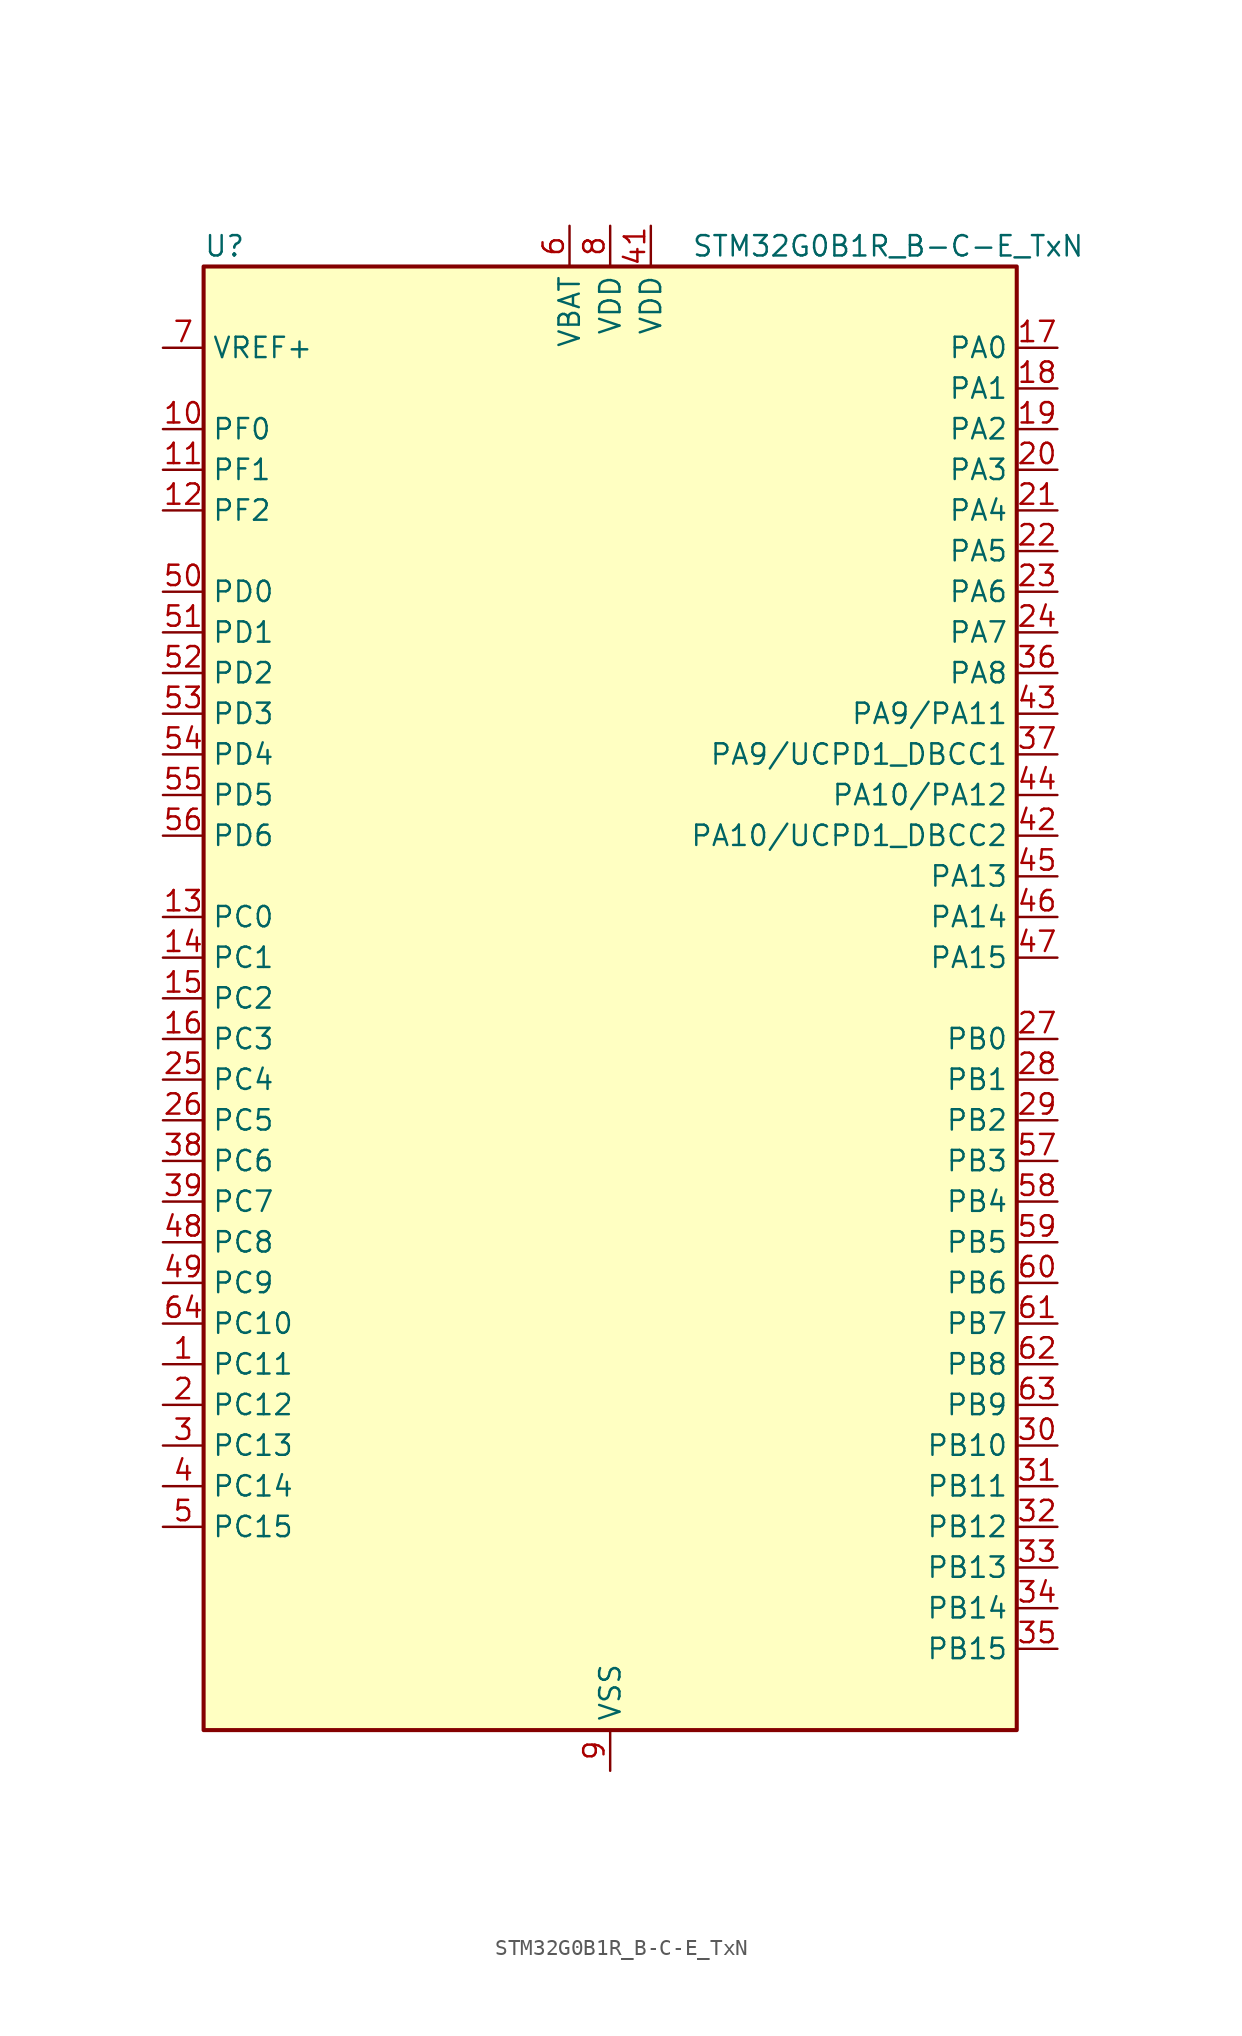
<source format=kicad_sym>
(kicad_symbol_lib
  (version 20231120)
  (generator "kicad-library-utils")
  (generator_version "8.0")
  (symbol "STM32G0B1R_B-C-E_TxN"
    (property "Reference" "U"
      (at -25.4 46.99 0)
      (effects (font (size 1.27 1.27)) (justify left)))
    (property "Value" "STM32G0B1R_B-C-E_TxN"
      (at 5.08 46.99 0)
      (effects (font (size 1.27 1.27)) (justify left)))
    (symbol "STM32G0B1R_B-C-E_TxN_0_1"
      (rectangle (start -25.4 -45.72) (end 25.4 45.72) (stroke (width 0.254) (type default)) (fill (type background))))
    (symbol "STM32G0B1R_B-C-E_TxN_1_1"
      (pin bidirectional line (at -27.94 -22.86 0) (length 2.54) (name "PC11" (effects (font (size 1.27 1.27)))) (number "1" (effects (font (size 1.27 1.27)))) (alternate "ADC1_EXTI11" bidirectional line) (alternate "SPI3_MISO" bidirectional line) (alternate "TIM1_CH4" bidirectional line) (alternate "USART3_RX" bidirectional line) (alternate "USART4_RX" bidirectional line))
      (pin bidirectional line (at -27.94 35.56 0) (length 2.54) (name "PF0" (effects (font (size 1.27 1.27)))) (number "10" (effects (font (size 1.27 1.27)))) (alternate "CRS1_SYNC" bidirectional line) (alternate "RCC_OSC_IN" bidirectional line) (alternate "TIM14_CH1" bidirectional line))
      (pin bidirectional line (at -27.94 33.02 0) (length 2.54) (name "PF1" (effects (font (size 1.27 1.27)))) (number "11" (effects (font (size 1.27 1.27)))) (alternate "RCC_OSC_EN" bidirectional line) (alternate "RCC_OSC_OUT" bidirectional line) (alternate "TIM15_CH1N" bidirectional line))
      (pin bidirectional line (at -27.94 30.48 0) (length 2.54) (name "PF2" (effects (font (size 1.27 1.27)))) (number "12" (effects (font (size 1.27 1.27)))) (alternate "LPUART2_DE" bidirectional line) (alternate "LPUART2_RTS" bidirectional line) (alternate "LPUART2_TX" bidirectional line) (alternate "RCC_MCO" bidirectional line))
      (pin bidirectional line (at -27.94 5.08 0) (length 2.54) (name "PC0" (effects (font (size 1.27 1.27)))) (number "13" (effects (font (size 1.27 1.27)))) (alternate "COMP3_INM" bidirectional line) (alternate "COMP3_OUT" bidirectional line) (alternate "I2C3_SCL" bidirectional line) (alternate "LPTIM1_IN1" bidirectional line) (alternate "LPTIM2_IN1" bidirectional line) (alternate "LPUART1_RX" bidirectional line) (alternate "LPUART2_TX" bidirectional line) (alternate "USART6_TX" bidirectional line))
      (pin bidirectional line (at -27.94 2.54 0) (length 2.54) (name "PC1" (effects (font (size 1.27 1.27)))) (number "14" (effects (font (size 1.27 1.27)))) (alternate "COMP3_INP" bidirectional line) (alternate "I2C3_SDA" bidirectional line) (alternate "LPTIM1_OUT" bidirectional line) (alternate "LPUART1_TX" bidirectional line) (alternate "LPUART2_RX" bidirectional line) (alternate "TIM15_CH1" bidirectional line) (alternate "USART6_RX" bidirectional line))
      (pin bidirectional line (at -27.94 0 0) (length 2.54) (name "PC2" (effects (font (size 1.27 1.27)))) (number "15" (effects (font (size 1.27 1.27)))) (alternate "COMP3_OUT" bidirectional line) (alternate "FDCAN2_RX" bidirectional line) (alternate "I2S2_MCK" bidirectional line) (alternate "LPTIM1_IN2" bidirectional line) (alternate "SPI2_MISO" bidirectional line) (alternate "TIM15_CH2" bidirectional line))
      (pin bidirectional line (at -27.94 -2.54 0) (length 2.54) (name "PC3" (effects (font (size 1.27 1.27)))) (number "16" (effects (font (size 1.27 1.27)))) (alternate "FDCAN2_TX" bidirectional line) (alternate "I2S2_SD" bidirectional line) (alternate "LPTIM1_ETR" bidirectional line) (alternate "LPTIM2_ETR" bidirectional line) (alternate "SPI2_MOSI" bidirectional line))
      (pin bidirectional line (at 27.94 40.64 180) (length 2.54) (name "PA0" (effects (font (size 1.27 1.27)))) (number "17" (effects (font (size 1.27 1.27)))) (alternate "ADC1_IN0" bidirectional line) (alternate "COMP1_INM" bidirectional line) (alternate "COMP1_OUT" bidirectional line) (alternate "I2S2_CK" bidirectional line) (alternate "LPTIM1_OUT" bidirectional line) (alternate "RTC_TAMP_IN2" bidirectional line) (alternate "SPI2_SCK" bidirectional line) (alternate "SYS_WKUP1" bidirectional line) (alternate "TIM2_CH1" bidirectional line) (alternate "TIM2_ETR" bidirectional line) (alternate "UCPD2_FRSTX1" bidirectional line) (alternate "UCPD2_FRSTX2" bidirectional line) (alternate "USART2_CTS" bidirectional line) (alternate "USART2_NSS" bidirectional line) (alternate "USART4_TX" bidirectional line))
      (pin bidirectional line (at 27.94 38.1 180) (length 2.54) (name "PA1" (effects (font (size 1.27 1.27)))) (number "18" (effects (font (size 1.27 1.27)))) (alternate "ADC1_IN1" bidirectional line) (alternate "COMP1_INP" bidirectional line) (alternate "I2C1_SMBA" bidirectional line) (alternate "I2S1_CK" bidirectional line) (alternate "SPI1_SCK" bidirectional line) (alternate "TIM15_CH1N" bidirectional line) (alternate "TIM2_CH2" bidirectional line) (alternate "USART2_CK" bidirectional line) (alternate "USART2_DE" bidirectional line) (alternate "USART2_RTS" bidirectional line) (alternate "USART4_RX" bidirectional line))
      (pin bidirectional line (at 27.94 35.56 180) (length 2.54) (name "PA2" (effects (font (size 1.27 1.27)))) (number "19" (effects (font (size 1.27 1.27)))) (alternate "ADC1_IN2" bidirectional line) (alternate "COMP2_INM" bidirectional line) (alternate "COMP2_OUT" bidirectional line) (alternate "I2S1_SD" bidirectional line) (alternate "LPUART1_TX" bidirectional line) (alternate "RCC_LSCO" bidirectional line) (alternate "SPI1_MOSI" bidirectional line) (alternate "SYS_WKUP4" bidirectional line) (alternate "TIM15_CH1" bidirectional line) (alternate "TIM2_CH3" bidirectional line) (alternate "UCPD1_FRSTX1" bidirectional line) (alternate "UCPD1_FRSTX2" bidirectional line) (alternate "USART2_TX" bidirectional line))
      (pin bidirectional line (at -27.94 -25.4 0) (length 2.54) (name "PC12" (effects (font (size 1.27 1.27)))) (number "2" (effects (font (size 1.27 1.27)))) (alternate "LPTIM1_IN1" bidirectional line) (alternate "SPI3_MOSI" bidirectional line) (alternate "TIM14_CH1" bidirectional line) (alternate "UCPD1_FRSTX1" bidirectional line) (alternate "UCPD1_FRSTX2" bidirectional line) (alternate "USART5_TX" bidirectional line))
      (pin bidirectional line (at 27.94 33.02 180) (length 2.54) (name "PA3" (effects (font (size 1.27 1.27)))) (number "20" (effects (font (size 1.27 1.27)))) (alternate "ADC1_IN3" bidirectional line) (alternate "COMP2_INP" bidirectional line) (alternate "I2S2_MCK" bidirectional line) (alternate "LPUART1_RX" bidirectional line) (alternate "SPI2_MISO" bidirectional line) (alternate "TIM15_CH2" bidirectional line) (alternate "TIM2_CH4" bidirectional line) (alternate "UCPD2_FRSTX1" bidirectional line) (alternate "UCPD2_FRSTX2" bidirectional line) (alternate "USART2_RX" bidirectional line))
      (pin bidirectional line (at 27.94 30.48 180) (length 2.54) (name "PA4" (effects (font (size 1.27 1.27)))) (number "21" (effects (font (size 1.27 1.27)))) (alternate "ADC1_IN4" bidirectional line) (alternate "DAC1_OUT1" bidirectional line) (alternate "I2S1_WS" bidirectional line) (alternate "I2S2_SD" bidirectional line) (alternate "LPTIM2_OUT" bidirectional line) (alternate "RTC_OUT2" bidirectional line) (alternate "SPI1_NSS" bidirectional line) (alternate "SPI2_MOSI" bidirectional line) (alternate "SPI3_NSS" bidirectional line) (alternate "TIM14_CH1" bidirectional line) (alternate "UCPD2_FRSTX1" bidirectional line) (alternate "UCPD2_FRSTX2" bidirectional line) (alternate "USART6_TX" bidirectional line) (alternate "USB_NOE" bidirectional line))
      (pin bidirectional line (at 27.94 27.94 180) (length 2.54) (name "PA5" (effects (font (size 1.27 1.27)))) (number "22" (effects (font (size 1.27 1.27)))) (alternate "ADC1_IN5" bidirectional line) (alternate "CEC" bidirectional line) (alternate "DAC1_OUT2" bidirectional line) (alternate "I2S1_CK" bidirectional line) (alternate "LPTIM2_ETR" bidirectional line) (alternate "SPI1_SCK" bidirectional line) (alternate "TIM2_CH1" bidirectional line) (alternate "TIM2_ETR" bidirectional line) (alternate "UCPD1_FRSTX1" bidirectional line) (alternate "UCPD1_FRSTX2" bidirectional line) (alternate "USART3_TX" bidirectional line) (alternate "USART6_RX" bidirectional line))
      (pin bidirectional line (at 27.94 25.4 180) (length 2.54) (name "PA6" (effects (font (size 1.27 1.27)))) (number "23" (effects (font (size 1.27 1.27)))) (alternate "ADC1_IN6" bidirectional line) (alternate "COMP1_OUT" bidirectional line) (alternate "I2C2_SDA" bidirectional line) (alternate "I2C3_SDA" bidirectional line) (alternate "I2S1_MCK" bidirectional line) (alternate "LPUART1_CTS" bidirectional line) (alternate "SPI1_MISO" bidirectional line) (alternate "TIM16_CH1" bidirectional line) (alternate "TIM1_BK" bidirectional line) (alternate "TIM3_CH1" bidirectional line) (alternate "USART3_CTS" bidirectional line) (alternate "USART3_NSS" bidirectional line) (alternate "USART6_CTS" bidirectional line) (alternate "USART6_NSS" bidirectional line))
      (pin bidirectional line (at 27.94 22.86 180) (length 2.54) (name "PA7" (effects (font (size 1.27 1.27)))) (number "24" (effects (font (size 1.27 1.27)))) (alternate "ADC1_IN7" bidirectional line) (alternate "COMP2_OUT" bidirectional line) (alternate "I2C2_SCL" bidirectional line) (alternate "I2C3_SCL" bidirectional line) (alternate "I2S1_SD" bidirectional line) (alternate "SPI1_MOSI" bidirectional line) (alternate "TIM14_CH1" bidirectional line) (alternate "TIM17_CH1" bidirectional line) (alternate "TIM1_CH1N" bidirectional line) (alternate "TIM3_CH2" bidirectional line) (alternate "UCPD1_FRSTX1" bidirectional line) (alternate "UCPD1_FRSTX2" bidirectional line) (alternate "USART6_CK" bidirectional line) (alternate "USART6_DE" bidirectional line) (alternate "USART6_RTS" bidirectional line))
      (pin bidirectional line (at -27.94 -5.08 0) (length 2.54) (name "PC4" (effects (font (size 1.27 1.27)))) (number "25" (effects (font (size 1.27 1.27)))) (alternate "ADC1_IN17" bidirectional line) (alternate "COMP1_INM" bidirectional line) (alternate "FDCAN1_RX" bidirectional line) (alternate "TIM2_CH1" bidirectional line) (alternate "TIM2_ETR" bidirectional line) (alternate "USART1_TX" bidirectional line) (alternate "USART3_TX" bidirectional line))
      (pin bidirectional line (at -27.94 -7.62 0) (length 2.54) (name "PC5" (effects (font (size 1.27 1.27)))) (number "26" (effects (font (size 1.27 1.27)))) (alternate "ADC1_IN18" bidirectional line) (alternate "COMP1_INP" bidirectional line) (alternate "FDCAN1_TX" bidirectional line) (alternate "SYS_WKUP5" bidirectional line) (alternate "TIM2_CH2" bidirectional line) (alternate "USART1_RX" bidirectional line) (alternate "USART3_RX" bidirectional line))
      (pin bidirectional line (at 27.94 -2.54 180) (length 2.54) (name "PB0" (effects (font (size 1.27 1.27)))) (number "27" (effects (font (size 1.27 1.27)))) (alternate "ADC1_IN8" bidirectional line) (alternate "COMP1_OUT" bidirectional line) (alternate "COMP3_INP" bidirectional line) (alternate "FDCAN2_RX" bidirectional line) (alternate "I2S1_WS" bidirectional line) (alternate "LPTIM1_OUT" bidirectional line) (alternate "LPUART2_CTS" bidirectional line) (alternate "SPI1_NSS" bidirectional line) (alternate "TIM1_CH2N" bidirectional line) (alternate "TIM3_CH3" bidirectional line) (alternate "UCPD1_FRSTX1" bidirectional line) (alternate "UCPD1_FRSTX2" bidirectional line) (alternate "USART3_RX" bidirectional line) (alternate "USART5_TX" bidirectional line))
      (pin bidirectional line (at 27.94 -5.08 180) (length 2.54) (name "PB1" (effects (font (size 1.27 1.27)))) (number "28" (effects (font (size 1.27 1.27)))) (alternate "ADC1_IN9" bidirectional line) (alternate "COMP1_INM" bidirectional line) (alternate "COMP3_OUT" bidirectional line) (alternate "FDCAN2_TX" bidirectional line) (alternate "LPTIM2_IN1" bidirectional line) (alternate "LPUART1_DE" bidirectional line) (alternate "LPUART1_RTS" bidirectional line) (alternate "LPUART2_DE" bidirectional line) (alternate "LPUART2_RTS" bidirectional line) (alternate "TIM14_CH1" bidirectional line) (alternate "TIM1_CH3N" bidirectional line) (alternate "TIM3_CH4" bidirectional line) (alternate "USART3_CK" bidirectional line) (alternate "USART3_DE" bidirectional line) (alternate "USART3_RTS" bidirectional line) (alternate "USART5_RX" bidirectional line))
      (pin bidirectional line (at 27.94 -7.62 180) (length 2.54) (name "PB2" (effects (font (size 1.27 1.27)))) (number "29" (effects (font (size 1.27 1.27)))) (alternate "ADC1_IN10" bidirectional line) (alternate "COMP1_INP" bidirectional line) (alternate "COMP3_INM" bidirectional line) (alternate "I2S2_MCK" bidirectional line) (alternate "LPTIM1_OUT" bidirectional line) (alternate "RCC_MCO_2" bidirectional line) (alternate "SPI2_MISO" bidirectional line) (alternate "USART3_TX" bidirectional line))
      (pin bidirectional line (at -27.94 -27.94 0) (length 2.54) (name "PC13" (effects (font (size 1.27 1.27)))) (number "3" (effects (font (size 1.27 1.27)))) (alternate "RTC_OUT1" bidirectional line) (alternate "RTC_TAMP_IN1" bidirectional line) (alternate "RTC_TS" bidirectional line) (alternate "SYS_WKUP2" bidirectional line) (alternate "TIM1_BK" bidirectional line))
      (pin bidirectional line (at 27.94 -27.94 180) (length 2.54) (name "PB10" (effects (font (size 1.27 1.27)))) (number "30" (effects (font (size 1.27 1.27)))) (alternate "ADC1_IN11" bidirectional line) (alternate "CEC" bidirectional line) (alternate "COMP1_OUT" bidirectional line) (alternate "I2C2_SCL" bidirectional line) (alternate "I2S2_CK" bidirectional line) (alternate "LPUART1_RX" bidirectional line) (alternate "SPI2_SCK" bidirectional line) (alternate "TIM2_CH3" bidirectional line) (alternate "USART3_TX" bidirectional line))
      (pin bidirectional line (at 27.94 -30.48 180) (length 2.54) (name "PB11" (effects (font (size 1.27 1.27)))) (number "31" (effects (font (size 1.27 1.27)))) (alternate "ADC1_EXTI11" bidirectional line) (alternate "ADC1_IN15" bidirectional line) (alternate "COMP2_OUT" bidirectional line) (alternate "I2C2_SDA" bidirectional line) (alternate "I2S2_SD" bidirectional line) (alternate "LPUART1_TX" bidirectional line) (alternate "SPI2_MOSI" bidirectional line) (alternate "TIM2_CH4" bidirectional line) (alternate "USART3_RX" bidirectional line))
      (pin bidirectional line (at 27.94 -33.02 180) (length 2.54) (name "PB12" (effects (font (size 1.27 1.27)))) (number "32" (effects (font (size 1.27 1.27)))) (alternate "ADC1_IN16" bidirectional line) (alternate "FDCAN2_RX" bidirectional line) (alternate "I2C2_SMBA" bidirectional line) (alternate "I2S2_WS" bidirectional line) (alternate "LPUART1_DE" bidirectional line) (alternate "LPUART1_RTS" bidirectional line) (alternate "SPI2_NSS" bidirectional line) (alternate "TIM15_BK" bidirectional line) (alternate "TIM1_BK" bidirectional line) (alternate "UCPD2_FRSTX1" bidirectional line) (alternate "UCPD2_FRSTX2" bidirectional line))
      (pin bidirectional line (at 27.94 -35.56 180) (length 2.54) (name "PB13" (effects (font (size 1.27 1.27)))) (number "33" (effects (font (size 1.27 1.27)))) (alternate "FDCAN2_TX" bidirectional line) (alternate "I2C2_SCL" bidirectional line) (alternate "I2S2_CK" bidirectional line) (alternate "LPUART1_CTS" bidirectional line) (alternate "SPI2_SCK" bidirectional line) (alternate "TIM15_CH1N" bidirectional line) (alternate "TIM1_CH1N" bidirectional line) (alternate "USART3_CTS" bidirectional line) (alternate "USART3_NSS" bidirectional line))
      (pin bidirectional line (at 27.94 -38.1 180) (length 2.54) (name "PB14" (effects (font (size 1.27 1.27)))) (number "34" (effects (font (size 1.27 1.27)))) (alternate "I2C2_SDA" bidirectional line) (alternate "I2S2_MCK" bidirectional line) (alternate "SPI2_MISO" bidirectional line) (alternate "TIM15_CH1" bidirectional line) (alternate "TIM1_CH2N" bidirectional line) (alternate "UCPD1_FRSTX1" bidirectional line) (alternate "UCPD1_FRSTX2" bidirectional line) (alternate "USART3_CK" bidirectional line) (alternate "USART3_DE" bidirectional line) (alternate "USART3_RTS" bidirectional line) (alternate "USART6_CK" bidirectional line) (alternate "USART6_DE" bidirectional line) (alternate "USART6_RTS" bidirectional line))
      (pin bidirectional line (at 27.94 -40.64 180) (length 2.54) (name "PB15" (effects (font (size 1.27 1.27)))) (number "35" (effects (font (size 1.27 1.27)))) (alternate "I2S2_SD" bidirectional line) (alternate "RTC_REFIN" bidirectional line) (alternate "SPI2_MOSI" bidirectional line) (alternate "TIM15_CH1N" bidirectional line) (alternate "TIM15_CH2" bidirectional line) (alternate "TIM1_CH3N" bidirectional line) (alternate "UCPD1_CC2" bidirectional line) (alternate "USART6_CTS" bidirectional line) (alternate "USART6_NSS" bidirectional line))
      (pin bidirectional line (at 27.94 20.32 180) (length 2.54) (name "PA8" (effects (font (size 1.27 1.27)))) (number "36" (effects (font (size 1.27 1.27)))) (alternate "CRS1_SYNC" bidirectional line) (alternate "I2C2_SMBA" bidirectional line) (alternate "I2S2_WS" bidirectional line) (alternate "LPTIM2_OUT" bidirectional line) (alternate "RCC_MCO" bidirectional line) (alternate "SPI2_NSS" bidirectional line) (alternate "TIM1_CH1" bidirectional line) (alternate "UCPD1_CC1" bidirectional line))
      (pin bidirectional line (at 27.94 15.24 180) (length 2.54) (name "PA9/UCPD1_DBCC1" (effects (font (size 1.27 1.27)))) (number "37" (effects (font (size 1.27 1.27)))) (alternate "PA9" bidirectional line) (alternate "DAC1_EXTI9 (PA9)" bidirectional line) (alternate "I2C1_SCL (PA9)" bidirectional line) (alternate "I2C2_SCL (PA9)" bidirectional line) (alternate "I2S2_MCK (PA9)" bidirectional line) (alternate "RCC_MCO (PA9)" bidirectional line) (alternate "SPI2_MISO (PA9)" bidirectional line) (alternate "TIM15_BK (PA9)" bidirectional line) (alternate "TIM1_CH2 (PA9)" bidirectional line) (alternate "UCPD1_DBCC1 (PA9)" bidirectional line) (alternate "USART1_TX (PA9)" bidirectional line) (alternate "UCPD1_DBCC1" bidirectional line) (alternate "UCPD1_DBCC1 (UCPD1_DBCC1)" bidirectional line))
      (pin bidirectional line (at -27.94 -10.16 0) (length 2.54) (name "PC6" (effects (font (size 1.27 1.27)))) (number "38" (effects (font (size 1.27 1.27)))) (alternate "LPUART2_TX" bidirectional line) (alternate "TIM2_CH3" bidirectional line) (alternate "TIM3_CH1" bidirectional line) (alternate "UCPD1_FRSTX1" bidirectional line) (alternate "UCPD1_FRSTX2" bidirectional line))
      (pin bidirectional line (at -27.94 -12.7 0) (length 2.54) (name "PC7" (effects (font (size 1.27 1.27)))) (number "39" (effects (font (size 1.27 1.27)))) (alternate "LPUART2_RX" bidirectional line) (alternate "TIM2_CH4" bidirectional line) (alternate "TIM3_CH2" bidirectional line) (alternate "UCPD2_FRSTX1" bidirectional line) (alternate "UCPD2_FRSTX2" bidirectional line))
      (pin bidirectional line (at -27.94 -30.48 0) (length 2.54) (name "PC14" (effects (font (size 1.27 1.27)))) (number "4" (effects (font (size 1.27 1.27)))) (alternate "RCC_OSC32_IN" bidirectional line) (alternate "TIM1_BK2" bidirectional line))
      (pin passive line (at 0 -48.26 90) (length 2.54) hide (name "VSS" (effects (font (size 1.27 1.27)))) (number "40" (effects (font (size 1.27 1.27)))))
      (pin power_in line (at 2.54 48.26 270) (length 2.54) (name "VDD" (effects (font (size 1.27 1.27)))) (number "41" (effects (font (size 1.27 1.27)))))
      (pin bidirectional line (at 27.94 10.16 180) (length 2.54) (name "PA10/UCPD1_DBCC2" (effects (font (size 1.27 1.27)))) (number "42" (effects (font (size 1.27 1.27)))) (alternate "PA10" bidirectional line) (alternate "I2C1_SDA (PA10)" bidirectional line) (alternate "I2C2_SDA (PA10)" bidirectional line) (alternate "I2S2_SD (PA10)" bidirectional line) (alternate "RCC_MCO_2 (PA10)" bidirectional line) (alternate "SPI2_MOSI (PA10)" bidirectional line) (alternate "TIM17_BK (PA10)" bidirectional line) (alternate "TIM1_CH3 (PA10)" bidirectional line) (alternate "UCPD1_DBCC2 (PA10)" bidirectional line) (alternate "USART1_RX (PA10)" bidirectional line) (alternate "UCPD1_DBCC2" bidirectional line) (alternate "UCPD1_DBCC2 (UCPD1_DBCC2)" bidirectional line))
      (pin bidirectional line (at 27.94 17.78 180) (length 2.54) (name "PA9/PA11" (effects (font (size 1.27 1.27)))) (number "43" (effects (font (size 1.27 1.27)))) (alternate "PA9" bidirectional line) (alternate "DAC1_EXTI9 (PA9)" bidirectional line) (alternate "I2C1_SCL (PA9)" bidirectional line) (alternate "I2C2_SCL (PA9)" bidirectional line) (alternate "I2S2_MCK (PA9)" bidirectional line) (alternate "RCC_MCO (PA9)" bidirectional line) (alternate "SPI2_MISO (PA9)" bidirectional line) (alternate "TIM15_BK (PA9)" bidirectional line) (alternate "TIM1_CH2 (PA9)" bidirectional line) (alternate "UCPD1_DBCC1 (PA9)" bidirectional line) (alternate "USART1_TX (PA9)" bidirectional line) (alternate "PA11" bidirectional line) (alternate "ADC1_EXTI11 (PA11)" bidirectional line) (alternate "COMP1_OUT (PA11)" bidirectional line) (alternate "FDCAN1_RX (PA11)" bidirectional line) (alternate "I2C2_SCL (PA11)" bidirectional line) (alternate "I2S1_MCK (PA11)" bidirectional line) (alternate "SPI1_MISO (PA11)" bidirectional line) (alternate "TIM1_BK2 (PA11)" bidirectional line) (alternate "TIM1_CH4 (PA11)" bidirectional line) (alternate "USART1_CTS (PA11)" bidirectional line) (alternate "USART1_NSS (PA11)" bidirectional line) (alternate "USB_DM (PA11)" bidirectional line))
      (pin bidirectional line (at 27.94 12.7 180) (length 2.54) (name "PA10/PA12" (effects (font (size 1.27 1.27)))) (number "44" (effects (font (size 1.27 1.27)))) (alternate "PA10" bidirectional line) (alternate "I2C1_SDA (PA10)" bidirectional line) (alternate "I2C2_SDA (PA10)" bidirectional line) (alternate "I2S2_SD (PA10)" bidirectional line) (alternate "RCC_MCO_2 (PA10)" bidirectional line) (alternate "SPI2_MOSI (PA10)" bidirectional line) (alternate "TIM17_BK (PA10)" bidirectional line) (alternate "TIM1_CH3 (PA10)" bidirectional line) (alternate "UCPD1_DBCC2 (PA10)" bidirectional line) (alternate "USART1_RX (PA10)" bidirectional line) (alternate "PA12" bidirectional line) (alternate "COMP2_OUT (PA12)" bidirectional line) (alternate "FDCAN1_TX (PA12)" bidirectional line) (alternate "I2C2_SDA (PA12)" bidirectional line) (alternate "I2S1_SD (PA12)" bidirectional line) (alternate "I2S_CKIN (PA12)" bidirectional line) (alternate "SPI1_MOSI (PA12)" bidirectional line) (alternate "TIM1_ETR (PA12)" bidirectional line) (alternate "USART1_CK (PA12)" bidirectional line) (alternate "USART1_DE (PA12)" bidirectional line) (alternate "USART1_RTS (PA12)" bidirectional line) (alternate "USB_DP (PA12)" bidirectional line))
      (pin bidirectional line (at 27.94 7.62 180) (length 2.54) (name "PA13" (effects (font (size 1.27 1.27)))) (number "45" (effects (font (size 1.27 1.27)))) (alternate "IR_OUT" bidirectional line) (alternate "LPUART2_RX" bidirectional line) (alternate "SYS_SWDIO" bidirectional line) (alternate "USB_NOE" bidirectional line))
      (pin bidirectional line (at 27.94 5.08 180) (length 2.54) (name "PA14" (effects (font (size 1.27 1.27)))) (number "46" (effects (font (size 1.27 1.27)))) (alternate "LPUART2_TX" bidirectional line) (alternate "SYS_SWCLK" bidirectional line) (alternate "USART2_TX" bidirectional line))
      (pin bidirectional line (at 27.94 2.54 180) (length 2.54) (name "PA15" (effects (font (size 1.27 1.27)))) (number "47" (effects (font (size 1.27 1.27)))) (alternate "I2C2_SMBA" bidirectional line) (alternate "I2S1_WS" bidirectional line) (alternate "RCC_MCO_2" bidirectional line) (alternate "SPI1_NSS" bidirectional line) (alternate "SPI3_NSS" bidirectional line) (alternate "TIM2_CH1" bidirectional line) (alternate "TIM2_ETR" bidirectional line) (alternate "USART2_RX" bidirectional line) (alternate "USART3_CK" bidirectional line) (alternate "USART3_DE" bidirectional line) (alternate "USART3_RTS" bidirectional line) (alternate "USART4_CK" bidirectional line) (alternate "USART4_DE" bidirectional line) (alternate "USART4_RTS" bidirectional line) (alternate "USB_NOE" bidirectional line))
      (pin bidirectional line (at -27.94 -15.24 0) (length 2.54) (name "PC8" (effects (font (size 1.27 1.27)))) (number "48" (effects (font (size 1.27 1.27)))) (alternate "LPUART2_CTS" bidirectional line) (alternate "TIM1_CH1" bidirectional line) (alternate "TIM3_CH3" bidirectional line) (alternate "UCPD2_FRSTX1" bidirectional line) (alternate "UCPD2_FRSTX2" bidirectional line))
      (pin bidirectional line (at -27.94 -17.78 0) (length 2.54) (name "PC9" (effects (font (size 1.27 1.27)))) (number "49" (effects (font (size 1.27 1.27)))) (alternate "DAC1_EXTI9" bidirectional line) (alternate "I2S_CKIN" bidirectional line) (alternate "LPUART2_DE" bidirectional line) (alternate "LPUART2_RTS" bidirectional line) (alternate "TIM1_CH2" bidirectional line) (alternate "TIM3_CH4" bidirectional line) (alternate "USB_NOE" bidirectional line))
      (pin bidirectional line (at -27.94 -33.02 0) (length 2.54) (name "PC15" (effects (font (size 1.27 1.27)))) (number "5" (effects (font (size 1.27 1.27)))) (alternate "RCC_OSC32_EN" bidirectional line) (alternate "RCC_OSC32_OUT" bidirectional line) (alternate "RCC_OSC_EN" bidirectional line) (alternate "TIM15_BK" bidirectional line))
      (pin bidirectional line (at -27.94 25.4 0) (length 2.54) (name "PD0" (effects (font (size 1.27 1.27)))) (number "50" (effects (font (size 1.27 1.27)))) (alternate "FDCAN1_RX" bidirectional line) (alternate "I2S2_WS" bidirectional line) (alternate "SPI2_NSS" bidirectional line) (alternate "TIM16_CH1" bidirectional line) (alternate "UCPD2_CC1" bidirectional line))
      (pin bidirectional line (at -27.94 22.86 0) (length 2.54) (name "PD1" (effects (font (size 1.27 1.27)))) (number "51" (effects (font (size 1.27 1.27)))) (alternate "FDCAN1_TX" bidirectional line) (alternate "I2S2_CK" bidirectional line) (alternate "SPI2_SCK" bidirectional line) (alternate "TIM17_CH1" bidirectional line) (alternate "UCPD2_DBCC1" bidirectional line))
      (pin bidirectional line (at -27.94 20.32 0) (length 2.54) (name "PD2" (effects (font (size 1.27 1.27)))) (number "52" (effects (font (size 1.27 1.27)))) (alternate "TIM1_CH1N" bidirectional line) (alternate "TIM3_ETR" bidirectional line) (alternate "UCPD2_CC2" bidirectional line) (alternate "USART3_CK" bidirectional line) (alternate "USART3_DE" bidirectional line) (alternate "USART3_RTS" bidirectional line) (alternate "USART5_RX" bidirectional line))
      (pin bidirectional line (at -27.94 17.78 0) (length 2.54) (name "PD3" (effects (font (size 1.27 1.27)))) (number "53" (effects (font (size 1.27 1.27)))) (alternate "I2S2_MCK" bidirectional line) (alternate "SPI2_MISO" bidirectional line) (alternate "TIM1_CH2N" bidirectional line) (alternate "UCPD2_DBCC2" bidirectional line) (alternate "USART2_CTS" bidirectional line) (alternate "USART2_NSS" bidirectional line) (alternate "USART5_TX" bidirectional line))
      (pin bidirectional line (at -27.94 15.24 0) (length 2.54) (name "PD4" (effects (font (size 1.27 1.27)))) (number "54" (effects (font (size 1.27 1.27)))) (alternate "I2S2_SD" bidirectional line) (alternate "SPI2_MOSI" bidirectional line) (alternate "TIM1_CH3N" bidirectional line) (alternate "USART2_CK" bidirectional line) (alternate "USART2_DE" bidirectional line) (alternate "USART2_RTS" bidirectional line) (alternate "USART5_CK" bidirectional line) (alternate "USART5_DE" bidirectional line) (alternate "USART5_RTS" bidirectional line))
      (pin bidirectional line (at -27.94 12.7 0) (length 2.54) (name "PD5" (effects (font (size 1.27 1.27)))) (number "55" (effects (font (size 1.27 1.27)))) (alternate "I2S1_MCK" bidirectional line) (alternate "SPI1_MISO" bidirectional line) (alternate "TIM1_BK" bidirectional line) (alternate "USART2_TX" bidirectional line) (alternate "USART5_CTS" bidirectional line) (alternate "USART5_NSS" bidirectional line))
      (pin bidirectional line (at -27.94 10.16 0) (length 2.54) (name "PD6" (effects (font (size 1.27 1.27)))) (number "56" (effects (font (size 1.27 1.27)))) (alternate "I2S1_SD" bidirectional line) (alternate "LPTIM2_OUT" bidirectional line) (alternate "SPI1_MOSI" bidirectional line) (alternate "USART2_RX" bidirectional line))
      (pin bidirectional line (at 27.94 -10.16 180) (length 2.54) (name "PB3" (effects (font (size 1.27 1.27)))) (number "57" (effects (font (size 1.27 1.27)))) (alternate "COMP2_INM" bidirectional line) (alternate "I2C2_SCL" bidirectional line) (alternate "I2C3_SCL" bidirectional line) (alternate "I2S1_CK" bidirectional line) (alternate "SPI1_SCK" bidirectional line) (alternate "SPI3_SCK" bidirectional line) (alternate "TIM1_CH2" bidirectional line) (alternate "TIM2_CH2" bidirectional line) (alternate "USART1_CK" bidirectional line) (alternate "USART1_DE" bidirectional line) (alternate "USART1_RTS" bidirectional line) (alternate "USART5_TX" bidirectional line))
      (pin bidirectional line (at 27.94 -12.7 180) (length 2.54) (name "PB4" (effects (font (size 1.27 1.27)))) (number "58" (effects (font (size 1.27 1.27)))) (alternate "COMP2_INP" bidirectional line) (alternate "I2C2_SDA" bidirectional line) (alternate "I2C3_SDA" bidirectional line) (alternate "I2S1_MCK" bidirectional line) (alternate "SPI1_MISO" bidirectional line) (alternate "SPI3_MISO" bidirectional line) (alternate "TIM17_BK" bidirectional line) (alternate "TIM3_CH1" bidirectional line) (alternate "USART1_CTS" bidirectional line) (alternate "USART1_NSS" bidirectional line) (alternate "USART5_RX" bidirectional line))
      (pin bidirectional line (at 27.94 -15.24 180) (length 2.54) (name "PB5" (effects (font (size 1.27 1.27)))) (number "59" (effects (font (size 1.27 1.27)))) (alternate "COMP2_OUT" bidirectional line) (alternate "FDCAN2_RX" bidirectional line) (alternate "I2C1_SMBA" bidirectional line) (alternate "I2S1_SD" bidirectional line) (alternate "LPTIM1_IN1" bidirectional line) (alternate "SPI1_MOSI" bidirectional line) (alternate "SPI3_MOSI" bidirectional line) (alternate "SYS_WKUP6" bidirectional line) (alternate "TIM16_BK" bidirectional line) (alternate "TIM3_CH2" bidirectional line) (alternate "USART5_CK" bidirectional line) (alternate "USART5_DE" bidirectional line) (alternate "USART5_RTS" bidirectional line))
      (pin power_in line (at -2.54 48.26 270) (length 2.54) (name "VBAT" (effects (font (size 1.27 1.27)))) (number "6" (effects (font (size 1.27 1.27)))))
      (pin bidirectional line (at 27.94 -17.78 180) (length 2.54) (name "PB6" (effects (font (size 1.27 1.27)))) (number "60" (effects (font (size 1.27 1.27)))) (alternate "COMP2_INP" bidirectional line) (alternate "FDCAN2_TX" bidirectional line) (alternate "I2C1_SCL" bidirectional line) (alternate "I2S2_MCK" bidirectional line) (alternate "LPTIM1_ETR" bidirectional line) (alternate "LPUART2_TX" bidirectional line) (alternate "SPI2_MISO" bidirectional line) (alternate "TIM16_CH1N" bidirectional line) (alternate "TIM1_CH3" bidirectional line) (alternate "TIM4_CH1" bidirectional line) (alternate "USART1_TX" bidirectional line) (alternate "USART5_CTS" bidirectional line) (alternate "USART5_NSS" bidirectional line))
      (pin bidirectional line (at 27.94 -20.32 180) (length 2.54) (name "PB7" (effects (font (size 1.27 1.27)))) (number "61" (effects (font (size 1.27 1.27)))) (alternate "COMP2_INM" bidirectional line) (alternate "I2C1_SDA" bidirectional line) (alternate "I2S2_SD" bidirectional line) (alternate "LPTIM1_IN2" bidirectional line) (alternate "LPUART2_RX" bidirectional line) (alternate "SPI2_MOSI" bidirectional line) (alternate "SYS_PVD_IN" bidirectional line) (alternate "TIM17_CH1N" bidirectional line) (alternate "TIM4_CH2" bidirectional line) (alternate "USART1_RX" bidirectional line) (alternate "USART4_CTS" bidirectional line) (alternate "USART4_NSS" bidirectional line))
      (pin bidirectional line (at 27.94 -22.86 180) (length 2.54) (name "PB8" (effects (font (size 1.27 1.27)))) (number "62" (effects (font (size 1.27 1.27)))) (alternate "CEC" bidirectional line) (alternate "FDCAN1_RX" bidirectional line) (alternate "I2C1_SCL" bidirectional line) (alternate "I2S2_CK" bidirectional line) (alternate "SPI2_SCK" bidirectional line) (alternate "TIM15_BK" bidirectional line) (alternate "TIM16_CH1" bidirectional line) (alternate "TIM4_CH3" bidirectional line) (alternate "USART3_TX" bidirectional line) (alternate "USART6_TX" bidirectional line))
      (pin bidirectional line (at 27.94 -25.4 180) (length 2.54) (name "PB9" (effects (font (size 1.27 1.27)))) (number "63" (effects (font (size 1.27 1.27)))) (alternate "DAC1_EXTI9" bidirectional line) (alternate "FDCAN1_TX" bidirectional line) (alternate "I2C1_SDA" bidirectional line) (alternate "I2S2_WS" bidirectional line) (alternate "IR_OUT" bidirectional line) (alternate "SPI2_NSS" bidirectional line) (alternate "TIM17_CH1" bidirectional line) (alternate "TIM4_CH4" bidirectional line) (alternate "UCPD2_FRSTX1" bidirectional line) (alternate "UCPD2_FRSTX2" bidirectional line) (alternate "USART3_RX" bidirectional line) (alternate "USART6_RX" bidirectional line))
      (pin bidirectional line (at -27.94 -20.32 0) (length 2.54) (name "PC10" (effects (font (size 1.27 1.27)))) (number "64" (effects (font (size 1.27 1.27)))) (alternate "SPI3_SCK" bidirectional line) (alternate "TIM1_CH3" bidirectional line) (alternate "USART3_TX" bidirectional line) (alternate "USART4_TX" bidirectional line))
      (pin input line (at -27.94 40.64 0) (length 2.54) (name "VREF+" (effects (font (size 1.27 1.27)))) (number "7" (effects (font (size 1.27 1.27)))) (alternate "VREFBUF_OUT" bidirectional line))
      (pin power_in line (at 0 48.26 270) (length 2.54) (name "VDD" (effects (font (size 1.27 1.27)))) (number "8" (effects (font (size 1.27 1.27)))))
      (pin power_in line (at 0 -48.26 90) (length 2.54) (name "VSS" (effects (font (size 1.27 1.27)))) (number "9" (effects (font (size 1.27 1.27))))))))
</source>
